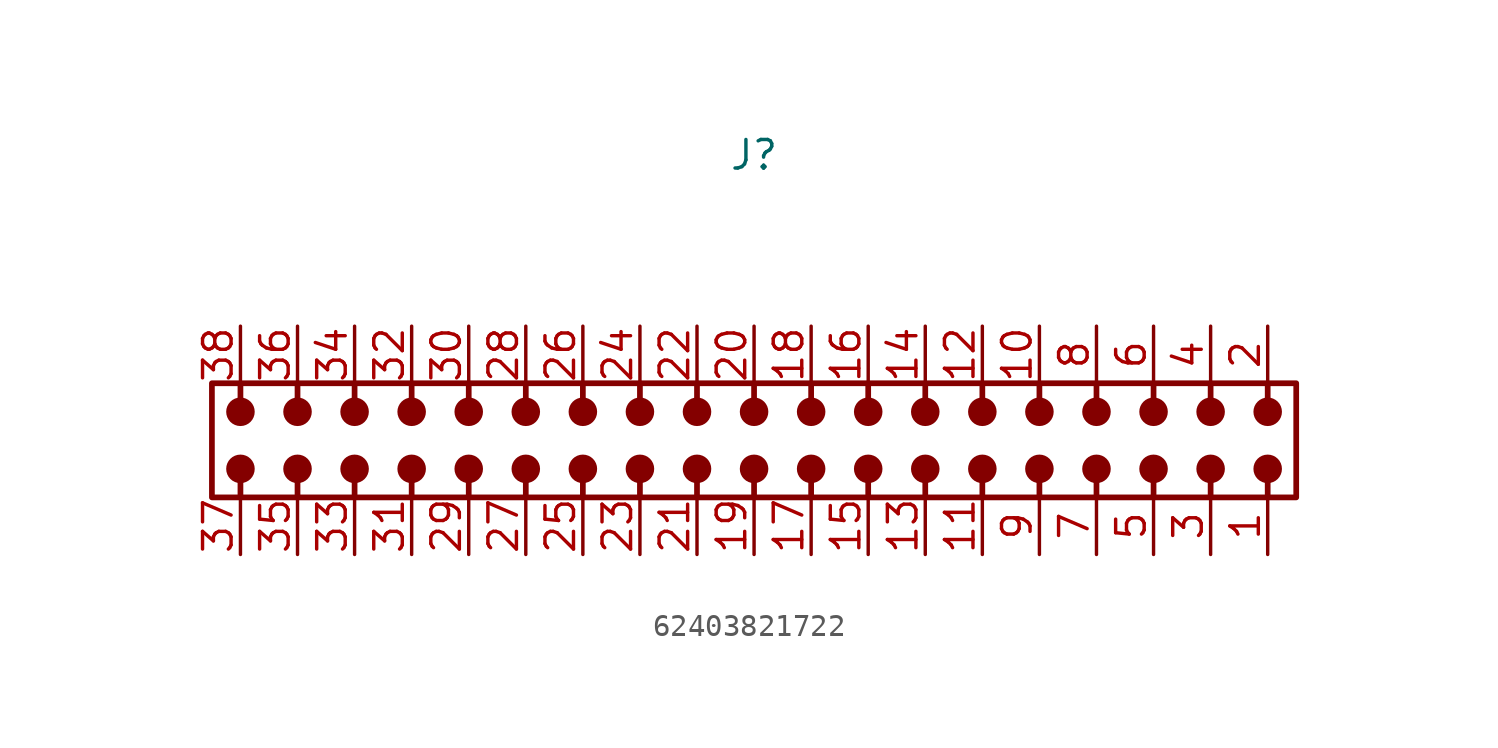
<source format=kicad_sym>
(kicad_symbol_lib
  (version 20241209)
  (generator "kicad_symbol_editor")
  (generator_version "9.0")
  (symbol "62403821722"
    (pin_names
      (hide yes))
    (property "Reference" "J"
      (at 0 12.7 0)
      (effects (font (size 1.27 1.27))))
    (symbol "62403821722_1_1"
      (rectangle (start -24.13 2.54) (end 24.13 -2.54) (stroke (width 0.254) (type solid)) (fill (type none)))
      (polyline (pts (xy -22.86 1.778) (xy -22.86 2.54)) (stroke (width 0.254) (type solid)) (fill (type none)))
      (circle (center -22.86 1.27) (radius 0.508) (stroke (width 0.254) (type solid)) (fill (type outline)))
      (circle (center -22.86 -1.27) (radius 0.508) (stroke (width 0.254) (type solid)) (fill (type outline)))
      (polyline (pts (xy -22.86 -1.778) (xy -22.86 -2.54)) (stroke (width 0.254) (type solid)) (fill (type none)))
      (polyline (pts (xy -20.32 1.778) (xy -20.32 2.54)) (stroke (width 0.254) (type solid)) (fill (type none)))
      (circle (center -20.32 1.27) (radius 0.508) (stroke (width 0.254) (type solid)) (fill (type outline)))
      (circle (center -20.32 -1.27) (radius 0.508) (stroke (width 0.254) (type solid)) (fill (type outline)))
      (polyline (pts (xy -20.32 -1.778) (xy -20.32 -2.54)) (stroke (width 0.254) (type solid)) (fill (type none)))
      (polyline (pts (xy -17.78 1.778) (xy -17.78 2.54)) (stroke (width 0.254) (type solid)) (fill (type none)))
      (circle (center -17.78 1.27) (radius 0.508) (stroke (width 0.254) (type solid)) (fill (type outline)))
      (circle (center -17.78 -1.27) (radius 0.508) (stroke (width 0.254) (type solid)) (fill (type outline)))
      (polyline (pts (xy -17.78 -1.778) (xy -17.78 -2.54)) (stroke (width 0.254) (type solid)) (fill (type none)))
      (polyline (pts (xy -15.24 1.778) (xy -15.24 2.54)) (stroke (width 0.254) (type solid)) (fill (type none)))
      (circle (center -15.24 1.27) (radius 0.508) (stroke (width 0.254) (type solid)) (fill (type outline)))
      (circle (center -15.24 -1.27) (radius 0.508) (stroke (width 0.254) (type solid)) (fill (type outline)))
      (polyline (pts (xy -15.24 -1.778) (xy -15.24 -2.54)) (stroke (width 0.254) (type solid)) (fill (type none)))
      (polyline (pts (xy -12.7 1.778) (xy -12.7 2.54)) (stroke (width 0.254) (type solid)) (fill (type none)))
      (circle (center -12.7 1.27) (radius 0.508) (stroke (width 0.254) (type solid)) (fill (type outline)))
      (circle (center -12.7 -1.27) (radius 0.508) (stroke (width 0.254) (type solid)) (fill (type outline)))
      (polyline (pts (xy -12.7 -1.778) (xy -12.7 -2.54)) (stroke (width 0.254) (type solid)) (fill (type none)))
      (polyline (pts (xy -10.16 1.778) (xy -10.16 2.54)) (stroke (width 0.254) (type solid)) (fill (type none)))
      (circle (center -10.16 1.27) (radius 0.508) (stroke (width 0.254) (type solid)) (fill (type outline)))
      (circle (center -10.16 -1.27) (radius 0.508) (stroke (width 0.254) (type solid)) (fill (type outline)))
      (polyline (pts (xy -10.16 -1.778) (xy -10.16 -2.54)) (stroke (width 0.254) (type solid)) (fill (type none)))
      (polyline (pts (xy -7.62 1.778) (xy -7.62 2.54)) (stroke (width 0.254) (type solid)) (fill (type none)))
      (circle (center -7.62 1.27) (radius 0.508) (stroke (width 0.254) (type solid)) (fill (type outline)))
      (circle (center -7.62 -1.27) (radius 0.508) (stroke (width 0.254) (type solid)) (fill (type outline)))
      (polyline (pts (xy -7.62 -1.778) (xy -7.62 -2.54)) (stroke (width 0.254) (type solid)) (fill (type none)))
      (polyline (pts (xy -5.08 1.778) (xy -5.08 2.54)) (stroke (width 0.254) (type solid)) (fill (type none)))
      (circle (center -5.08 1.27) (radius 0.508) (stroke (width 0.254) (type solid)) (fill (type outline)))
      (circle (center -5.08 -1.27) (radius 0.508) (stroke (width 0.254) (type solid)) (fill (type outline)))
      (polyline (pts (xy -5.08 -1.778) (xy -5.08 -2.54)) (stroke (width 0.254) (type solid)) (fill (type none)))
      (polyline (pts (xy -2.54 1.778) (xy -2.54 2.54)) (stroke (width 0.254) (type solid)) (fill (type none)))
      (circle (center -2.54 1.27) (radius 0.508) (stroke (width 0.254) (type solid)) (fill (type outline)))
      (circle (center -2.54 -1.27) (radius 0.508) (stroke (width 0.254) (type solid)) (fill (type outline)))
      (polyline (pts (xy -2.54 -1.778) (xy -2.54 -2.54)) (stroke (width 0.254) (type solid)) (fill (type none)))
      (polyline (pts (xy 0 1.778) (xy 0 2.54)) (stroke (width 0.254) (type solid)) (fill (type none)))
      (circle (center 0 1.27) (radius 0.508) (stroke (width 0.254) (type solid)) (fill (type outline)))
      (circle (center 0 -1.27) (radius 0.508) (stroke (width 0.254) (type solid)) (fill (type outline)))
      (polyline (pts (xy 0 -1.778) (xy 0 -2.54)) (stroke (width 0.254) (type solid)) (fill (type none)))
      (polyline (pts (xy 2.54 1.778) (xy 2.54 2.54)) (stroke (width 0.254) (type solid)) (fill (type none)))
      (circle (center 2.54 1.27) (radius 0.508) (stroke (width 0.254) (type solid)) (fill (type outline)))
      (circle (center 2.54 -1.27) (radius 0.508) (stroke (width 0.254) (type solid)) (fill (type outline)))
      (polyline (pts (xy 2.54 -1.778) (xy 2.54 -2.54)) (stroke (width 0.254) (type solid)) (fill (type none)))
      (polyline (pts (xy 5.08 1.778) (xy 5.08 2.54)) (stroke (width 0.254) (type solid)) (fill (type none)))
      (circle (center 5.08 1.27) (radius 0.508) (stroke (width 0.254) (type solid)) (fill (type outline)))
      (circle (center 5.08 -1.27) (radius 0.508) (stroke (width 0.254) (type solid)) (fill (type outline)))
      (polyline (pts (xy 5.08 -1.778) (xy 5.08 -2.54)) (stroke (width 0.254) (type solid)) (fill (type none)))
      (polyline (pts (xy 7.62 1.778) (xy 7.62 2.54)) (stroke (width 0.254) (type solid)) (fill (type none)))
      (circle (center 7.62 1.27) (radius 0.508) (stroke (width 0.254) (type solid)) (fill (type outline)))
      (circle (center 7.62 -1.27) (radius 0.508) (stroke (width 0.254) (type solid)) (fill (type outline)))
      (polyline (pts (xy 7.62 -1.778) (xy 7.62 -2.54)) (stroke (width 0.254) (type solid)) (fill (type none)))
      (polyline (pts (xy 10.16 1.778) (xy 10.16 2.54)) (stroke (width 0.254) (type solid)) (fill (type none)))
      (circle (center 10.16 1.27) (radius 0.508) (stroke (width 0.254) (type solid)) (fill (type outline)))
      (circle (center 10.16 -1.27) (radius 0.508) (stroke (width 0.254) (type solid)) (fill (type outline)))
      (polyline (pts (xy 10.16 -1.778) (xy 10.16 -2.54)) (stroke (width 0.254) (type solid)) (fill (type none)))
      (polyline (pts (xy 12.7 1.778) (xy 12.7 2.54)) (stroke (width 0.254) (type solid)) (fill (type none)))
      (circle (center 12.7 1.27) (radius 0.508) (stroke (width 0.254) (type solid)) (fill (type outline)))
      (circle (center 12.7 -1.27) (radius 0.508) (stroke (width 0.254) (type solid)) (fill (type outline)))
      (polyline (pts (xy 12.7 -1.778) (xy 12.7 -2.54)) (stroke (width 0.254) (type solid)) (fill (type none)))
      (polyline (pts (xy 15.24 1.778) (xy 15.24 2.54)) (stroke (width 0.254) (type solid)) (fill (type none)))
      (circle (center 15.24 1.27) (radius 0.508) (stroke (width 0.254) (type solid)) (fill (type outline)))
      (circle (center 15.24 -1.27) (radius 0.508) (stroke (width 0.254) (type solid)) (fill (type outline)))
      (polyline (pts (xy 15.24 -1.778) (xy 15.24 -2.54)) (stroke (width 0.254) (type solid)) (fill (type none)))
      (polyline (pts (xy 17.78 1.778) (xy 17.78 2.54)) (stroke (width 0.254) (type solid)) (fill (type none)))
      (circle (center 17.78 1.27) (radius 0.508) (stroke (width 0.254) (type solid)) (fill (type outline)))
      (circle (center 17.78 -1.27) (radius 0.508) (stroke (width 0.254) (type solid)) (fill (type outline)))
      (polyline (pts (xy 17.78 -1.778) (xy 17.78 -2.54)) (stroke (width 0.254) (type solid)) (fill (type none)))
      (polyline (pts (xy 20.32 1.778) (xy 20.32 2.54)) (stroke (width 0.254) (type solid)) (fill (type none)))
      (circle (center 20.32 1.27) (radius 0.508) (stroke (width 0.254) (type solid)) (fill (type outline)))
      (circle (center 20.32 -1.27) (radius 0.508) (stroke (width 0.254) (type solid)) (fill (type outline)))
      (polyline (pts (xy 20.32 -1.778) (xy 20.32 -2.54)) (stroke (width 0.254) (type solid)) (fill (type none)))
      (polyline (pts (xy 22.86 1.778) (xy 22.86 2.54)) (stroke (width 0.254) (type solid)) (fill (type none)))
      (circle (center 22.86 1.27) (radius 0.508) (stroke (width 0.254) (type solid)) (fill (type outline)))
      (circle (center 22.86 -1.27) (radius 0.508) (stroke (width 0.254) (type solid)) (fill (type outline)))
      (polyline (pts (xy 22.86 -1.778) (xy 22.86 -2.54)) (stroke (width 0.254) (type solid)) (fill (type none)))
      (pin passive line (at -22.86 5.08 270) (length 2.54) (name "38" (effects (font (size 1.27 1.27)))) (number "38" (effects (font (size 1.27 1.27)))))
      (pin passive line (at -22.86 -5.08 90) (length 2.54) (name "37" (effects (font (size 1.27 1.27)))) (number "37" (effects (font (size 1.27 1.27)))))
      (pin passive line (at -20.32 5.08 270) (length 2.54) (name "36" (effects (font (size 1.27 1.27)))) (number "36" (effects (font (size 1.27 1.27)))))
      (pin passive line (at -20.32 -5.08 90) (length 2.54) (name "35" (effects (font (size 1.27 1.27)))) (number "35" (effects (font (size 1.27 1.27)))))
      (pin passive line (at -17.78 5.08 270) (length 2.54) (name "34" (effects (font (size 1.27 1.27)))) (number "34" (effects (font (size 1.27 1.27)))))
      (pin passive line (at -17.78 -5.08 90) (length 2.54) (name "33" (effects (font (size 1.27 1.27)))) (number "33" (effects (font (size 1.27 1.27)))))
      (pin passive line (at -15.24 5.08 270) (length 2.54) (name "32" (effects (font (size 1.27 1.27)))) (number "32" (effects (font (size 1.27 1.27)))))
      (pin passive line (at -15.24 -5.08 90) (length 2.54) (name "31" (effects (font (size 1.27 1.27)))) (number "31" (effects (font (size 1.27 1.27)))))
      (pin passive line (at -12.7 5.08 270) (length 2.54) (name "30" (effects (font (size 1.27 1.27)))) (number "30" (effects (font (size 1.27 1.27)))))
      (pin passive line (at -12.7 -5.08 90) (length 2.54) (name "29" (effects (font (size 1.27 1.27)))) (number "29" (effects (font (size 1.27 1.27)))))
      (pin passive line (at -10.16 5.08 270) (length 2.54) (name "28" (effects (font (size 1.27 1.27)))) (number "28" (effects (font (size 1.27 1.27)))))
      (pin passive line (at -10.16 -5.08 90) (length 2.54) (name "27" (effects (font (size 1.27 1.27)))) (number "27" (effects (font (size 1.27 1.27)))))
      (pin passive line (at -7.62 5.08 270) (length 2.54) (name "26" (effects (font (size 1.27 1.27)))) (number "26" (effects (font (size 1.27 1.27)))))
      (pin passive line (at -7.62 -5.08 90) (length 2.54) (name "25" (effects (font (size 1.27 1.27)))) (number "25" (effects (font (size 1.27 1.27)))))
      (pin passive line (at -5.08 5.08 270) (length 2.54) (name "24" (effects (font (size 1.27 1.27)))) (number "24" (effects (font (size 1.27 1.27)))))
      (pin passive line (at -5.08 -5.08 90) (length 2.54) (name "23" (effects (font (size 1.27 1.27)))) (number "23" (effects (font (size 1.27 1.27)))))
      (pin passive line (at -2.54 5.08 270) (length 2.54) (name "22" (effects (font (size 1.27 1.27)))) (number "22" (effects (font (size 1.27 1.27)))))
      (pin passive line (at -2.54 -5.08 90) (length 2.54) (name "21" (effects (font (size 1.27 1.27)))) (number "21" (effects (font (size 1.27 1.27)))))
      (pin passive line (at 0 5.08 270) (length 2.54) (name "20" (effects (font (size 1.27 1.27)))) (number "20" (effects (font (size 1.27 1.27)))))
      (pin passive line (at 0 -5.08 90) (length 2.54) (name "19" (effects (font (size 1.27 1.27)))) (number "19" (effects (font (size 1.27 1.27)))))
      (pin passive line (at 2.54 5.08 270) (length 2.54) (name "18" (effects (font (size 1.27 1.27)))) (number "18" (effects (font (size 1.27 1.27)))))
      (pin passive line (at 2.54 -5.08 90) (length 2.54) (name "17" (effects (font (size 1.27 1.27)))) (number "17" (effects (font (size 1.27 1.27)))))
      (pin passive line (at 5.08 5.08 270) (length 2.54) (name "16" (effects (font (size 1.27 1.27)))) (number "16" (effects (font (size 1.27 1.27)))))
      (pin passive line (at 5.08 -5.08 90) (length 2.54) (name "15" (effects (font (size 1.27 1.27)))) (number "15" (effects (font (size 1.27 1.27)))))
      (pin passive line (at 7.62 5.08 270) (length 2.54) (name "14" (effects (font (size 1.27 1.27)))) (number "14" (effects (font (size 1.27 1.27)))))
      (pin passive line (at 7.62 -5.08 90) (length 2.54) (name "13" (effects (font (size 1.27 1.27)))) (number "13" (effects (font (size 1.27 1.27)))))
      (pin passive line (at 10.16 5.08 270) (length 2.54) (name "12" (effects (font (size 1.27 1.27)))) (number "12" (effects (font (size 1.27 1.27)))))
      (pin passive line (at 10.16 -5.08 90) (length 2.54) (name "11" (effects (font (size 1.27 1.27)))) (number "11" (effects (font (size 1.27 1.27)))))
      (pin passive line (at 12.7 5.08 270) (length 2.54) (name "10" (effects (font (size 1.27 1.27)))) (number "10" (effects (font (size 1.27 1.27)))))
      (pin passive line (at 12.7 -5.08 90) (length 2.54) (name "9" (effects (font (size 1.27 1.27)))) (number "9" (effects (font (size 1.27 1.27)))))
      (pin passive line (at 15.24 5.08 270) (length 2.54) (name "8" (effects (font (size 1.27 1.27)))) (number "8" (effects (font (size 1.27 1.27)))))
      (pin passive line (at 15.24 -5.08 90) (length 2.54) (name "7" (effects (font (size 1.27 1.27)))) (number "7" (effects (font (size 1.27 1.27)))))
      (pin passive line (at 17.78 5.08 270) (length 2.54) (name "6" (effects (font (size 1.27 1.27)))) (number "6" (effects (font (size 1.27 1.27)))))
      (pin passive line (at 17.78 -5.08 90) (length 2.54) (name "5" (effects (font (size 1.27 1.27)))) (number "5" (effects (font (size 1.27 1.27)))))
      (pin passive line (at 20.32 5.08 270) (length 2.54) (name "4" (effects (font (size 1.27 1.27)))) (number "4" (effects (font (size 1.27 1.27)))))
      (pin passive line (at 20.32 -5.08 90) (length 2.54) (name "3" (effects (font (size 1.27 1.27)))) (number "3" (effects (font (size 1.27 1.27)))))
      (pin passive line (at 22.86 5.08 270) (length 2.54) (name "2" (effects (font (size 1.27 1.27)))) (number "2" (effects (font (size 1.27 1.27)))))
      (pin passive line (at 22.86 -5.08 90) (length 2.54) (name "1" (effects (font (size 1.27 1.27)))) (number "1" (effects (font (size 1.27 1.27))))))))
</source>
